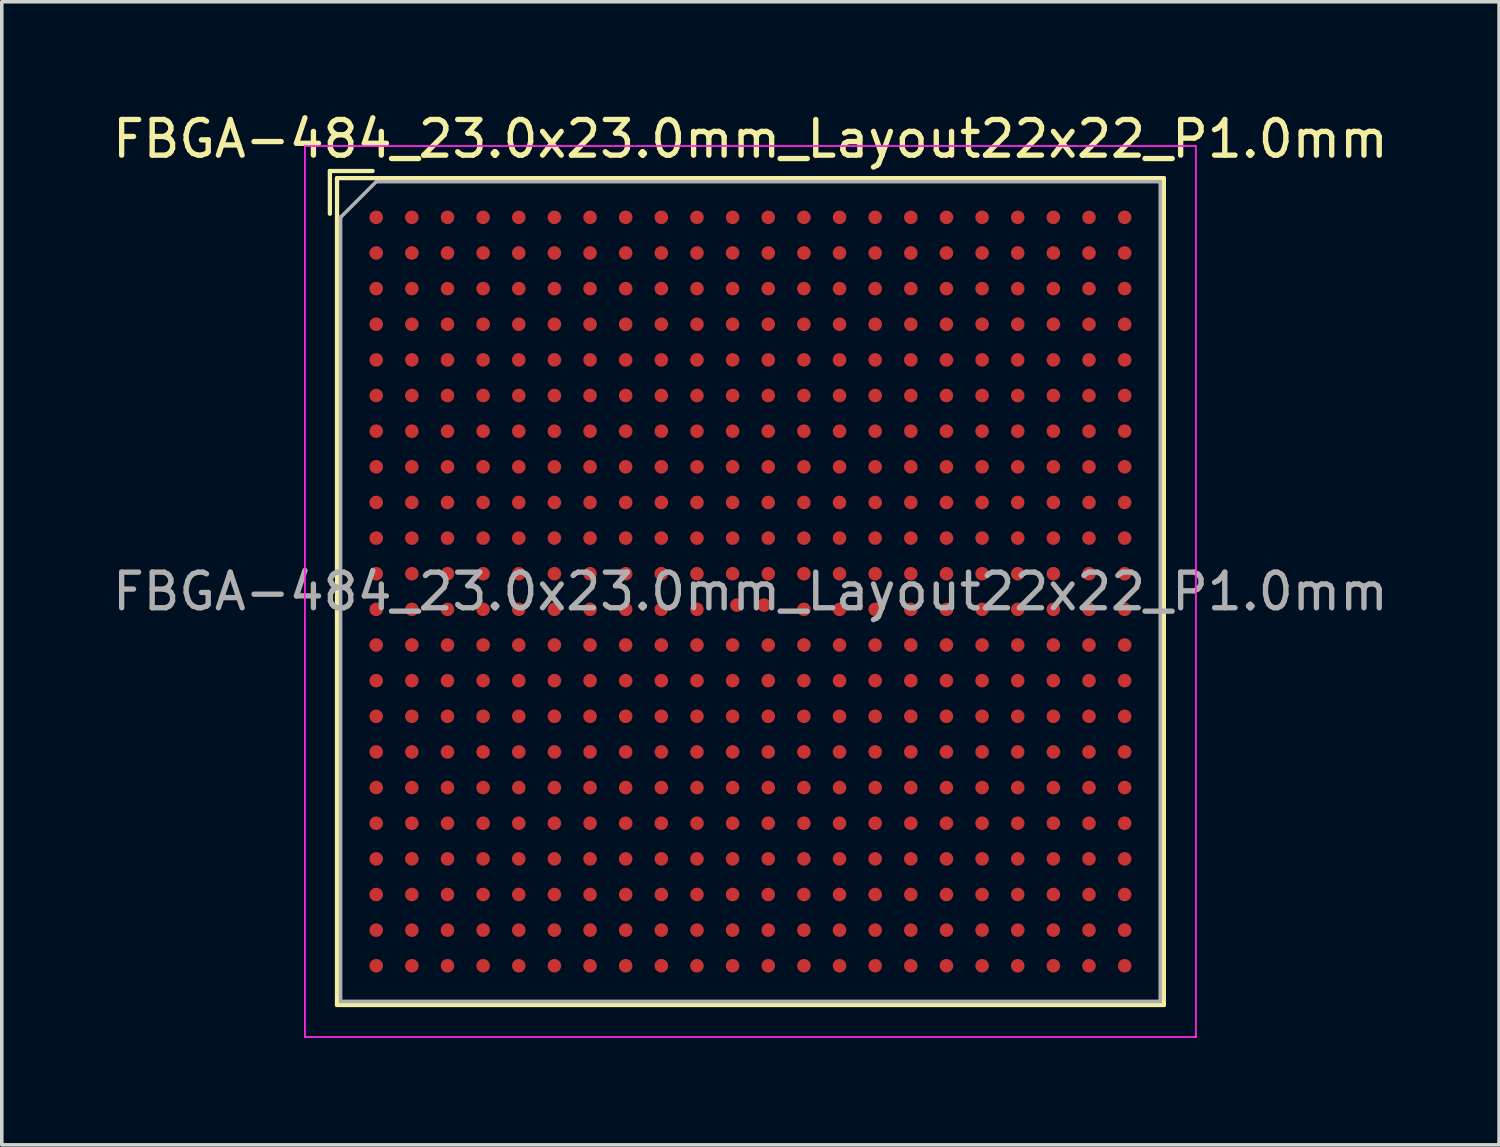
<source format=kicad_pcb>
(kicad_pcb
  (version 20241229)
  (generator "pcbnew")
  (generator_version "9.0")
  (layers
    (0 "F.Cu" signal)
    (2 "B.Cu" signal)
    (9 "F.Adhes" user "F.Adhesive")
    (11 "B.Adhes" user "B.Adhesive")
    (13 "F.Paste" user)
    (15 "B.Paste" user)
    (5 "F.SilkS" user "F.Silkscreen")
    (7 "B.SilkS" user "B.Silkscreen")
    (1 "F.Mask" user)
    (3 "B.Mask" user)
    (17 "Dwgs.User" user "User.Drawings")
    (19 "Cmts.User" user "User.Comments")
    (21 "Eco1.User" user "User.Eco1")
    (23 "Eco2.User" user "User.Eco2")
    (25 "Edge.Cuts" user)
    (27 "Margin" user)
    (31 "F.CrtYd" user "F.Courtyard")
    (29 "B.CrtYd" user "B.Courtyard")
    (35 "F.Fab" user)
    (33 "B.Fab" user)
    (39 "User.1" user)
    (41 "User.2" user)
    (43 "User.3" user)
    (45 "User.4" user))
  (footprint "FBGA-484_23.0x23.0mm_Layout22x22_P1.0mm"
    (layer "F.Cu")
    (at 18.006 13.548)
    (property "Reference" "FBGA-484_23.0x23.0mm_Layout22x22_P1.0mm" (at 0 -12.7 0) (layer "F.SilkS") (effects (font (size 1 1) (thickness 0.15))))
    (attr smd)
    (fp_line (start -11.8 -11.8) (end -11.8 -10.6) (stroke (width 0.12) (type solid)) (layer "F.SilkS"))
    (fp_line (start -11.6 -11.6) (end 11.6 -11.6) (stroke (width 0.12) (type solid)) (layer "F.SilkS"))
    (fp_line (start -11.6 11.6) (end -11.6 -11.6) (stroke (width 0.12) (type solid)) (layer "F.SilkS"))
    (fp_line (start -10.6 -11.8) (end -11.8 -11.8) (stroke (width 0.12) (type solid)) (layer "F.SilkS"))
    (fp_line (start 11.6 -11.6) (end 11.6 11.6) (stroke (width 0.12) (type solid)) (layer "F.SilkS"))
    (fp_line (start 11.6 11.6) (end -11.6 11.6) (stroke (width 0.12) (type solid)) (layer "F.SilkS"))
    (fp_line (start -12.5 -12.5) (end -12.5 12.5) (stroke (width 0.05) (type solid)) (layer "F.CrtYd"))
    (fp_line (start -12.5 -12.5) (end 12.5 -12.5) (stroke (width 0.05) (type solid)) (layer "F.CrtYd"))
    (fp_line (start 12.5 12.5) (end -12.5 12.5) (stroke (width 0.05) (type solid)) (layer "F.CrtYd"))
    (fp_line (start 12.5 12.5) (end 12.5 -12.5) (stroke (width 0.05) (type solid)) (layer "F.CrtYd"))
    (fp_line (start -11.5 -10.5) (end -11.5 -10.5) (stroke (width 0.12) (type solid)) (layer "F.Fab"))
    (fp_line (start -11.5 11.5) (end -11.5 -10.5) (stroke (width 0.1) (type solid)) (layer "F.Fab"))
    (fp_line (start -10.5 -11.5) (end -11.5 -10.5) (stroke (width 0.1) (type solid)) (layer "F.Fab"))
    (fp_line (start -10.5 -11.5) (end 11.5 -11.5) (stroke (width 0.1) (type solid)) (layer "F.Fab"))
    (fp_line (start 11.5 -11.5) (end 11.5 11.5) (stroke (width 0.1) (type solid)) (layer "F.Fab"))
    (fp_line (start 11.5 11.5) (end -11.5 11.5) (stroke (width 0.1) (type solid)) (layer "F.Fab"))
    (fp_text user "${REFERENCE}" (at 0 0 0) (layer "F.Fab") (effects (font (size 1 1) (thickness 0.15))))
    (pad "A1" smd circle (at -10.5 -10.5) (size 0.38 0.38) (layers "F.Cu" "F.Mask" "F.Paste"))
    (pad "A2" smd circle (at -9.5 -10.5) (size 0.38 0.38) (layers "F.Cu" "F.Mask" "F.Paste"))
    (pad "A3" smd circle (at -8.5 -10.5) (size 0.38 0.38) (layers "F.Cu" "F.Mask" "F.Paste"))
    (pad "A4" smd circle (at -7.5 -10.5) (size 0.38 0.38) (layers "F.Cu" "F.Mask" "F.Paste"))
    (pad "A5" smd circle (at -6.5 -10.5) (size 0.38 0.38) (layers "F.Cu" "F.Mask" "F.Paste"))
    (pad "A6" smd circle (at -5.5 -10.5) (size 0.38 0.38) (layers "F.Cu" "F.Mask" "F.Paste"))
    (pad "A7" smd circle (at -4.5 -10.5) (size 0.38 0.38) (layers "F.Cu" "F.Mask" "F.Paste"))
    (pad "A8" smd circle (at -3.5 -10.5) (size 0.38 0.38) (layers "F.Cu" "F.Mask" "F.Paste"))
    (pad "A9" smd circle (at -2.5 -10.5) (size 0.38 0.38) (layers "F.Cu" "F.Mask" "F.Paste"))
    (pad "A10" smd circle (at -1.5 -10.5) (size 0.38 0.38) (layers "F.Cu" "F.Mask" "F.Paste"))
    (pad "A11" smd circle (at -0.5 -10.5) (size 0.38 0.38) (layers "F.Cu" "F.Mask" "F.Paste"))
    (pad "A12" smd circle (at 0.5 -10.5) (size 0.38 0.38) (layers "F.Cu" "F.Mask" "F.Paste"))
    (pad "A13" smd circle (at 1.5 -10.5) (size 0.38 0.38) (layers "F.Cu" "F.Mask" "F.Paste"))
    (pad "A14" smd circle (at 2.5 -10.5) (size 0.38 0.38) (layers "F.Cu" "F.Mask" "F.Paste"))
    (pad "A15" smd circle (at 3.5 -10.5) (size 0.38 0.38) (layers "F.Cu" "F.Mask" "F.Paste"))
    (pad "A16" smd circle (at 4.5 -10.5) (size 0.38 0.38) (layers "F.Cu" "F.Mask" "F.Paste"))
    (pad "A17" smd circle (at 5.5 -10.5) (size 0.38 0.38) (layers "F.Cu" "F.Mask" "F.Paste"))
    (pad "A18" smd circle (at 6.5 -10.5) (size 0.38 0.38) (layers "F.Cu" "F.Mask" "F.Paste"))
    (pad "A19" smd circle (at 7.5 -10.5) (size 0.38 0.38) (layers "F.Cu" "F.Mask" "F.Paste"))
    (pad "A20" smd circle (at 8.5 -10.5) (size 0.38 0.38) (layers "F.Cu" "F.Mask" "F.Paste"))
    (pad "A21" smd circle (at 9.5 -10.5) (size 0.38 0.38) (layers "F.Cu" "F.Mask" "F.Paste"))
    (pad "A22" smd circle (at 10.5 -10.5) (size 0.38 0.38) (layers "F.Cu" "F.Mask" "F.Paste"))
    (pad "AA1" smd circle (at -10.5 9.5) (size 0.38 0.38) (layers "F.Cu" "F.Mask" "F.Paste"))
    (pad "AA2" smd circle (at -9.5 9.5) (size 0.38 0.38) (layers "F.Cu" "F.Mask" "F.Paste"))
    (pad "AA3" smd circle (at -8.5 9.5) (size 0.38 0.38) (layers "F.Cu" "F.Mask" "F.Paste"))
    (pad "AA4" smd circle (at -7.5 9.5) (size 0.38 0.38) (layers "F.Cu" "F.Mask" "F.Paste"))
    (pad "AA5" smd circle (at -6.5 9.5) (size 0.38 0.38) (layers "F.Cu" "F.Mask" "F.Paste"))
    (pad "AA6" smd circle (at -5.5 9.5) (size 0.38 0.38) (layers "F.Cu" "F.Mask" "F.Paste"))
    (pad "AA7" smd circle (at -4.5 9.5) (size 0.38 0.38) (layers "F.Cu" "F.Mask" "F.Paste"))
    (pad "AA8" smd circle (at -3.5 9.5) (size 0.38 0.38) (layers "F.Cu" "F.Mask" "F.Paste"))
    (pad "AA9" smd circle (at -2.5 9.5) (size 0.38 0.38) (layers "F.Cu" "F.Mask" "F.Paste"))
    (pad "AA10" smd circle (at -1.5 9.5) (size 0.38 0.38) (layers "F.Cu" "F.Mask" "F.Paste"))
    (pad "AA11" smd circle (at -0.5 9.5) (size 0.38 0.38) (layers "F.Cu" "F.Mask" "F.Paste"))
    (pad "AA12" smd circle (at 0.5 9.5) (size 0.38 0.38) (layers "F.Cu" "F.Mask" "F.Paste"))
    (pad "AA13" smd circle (at 1.5 9.5) (size 0.38 0.38) (layers "F.Cu" "F.Mask" "F.Paste"))
    (pad "AA14" smd circle (at 2.5 9.5) (size 0.38 0.38) (layers "F.Cu" "F.Mask" "F.Paste"))
    (pad "AA15" smd circle (at 3.5 9.5) (size 0.38 0.38) (layers "F.Cu" "F.Mask" "F.Paste"))
    (pad "AA16" smd circle (at 4.5 9.5) (size 0.38 0.38) (layers "F.Cu" "F.Mask" "F.Paste"))
    (pad "AA17" smd circle (at 5.5 9.5) (size 0.38 0.38) (layers "F.Cu" "F.Mask" "F.Paste"))
    (pad "AA18" smd circle (at 6.5 9.5) (size 0.38 0.38) (layers "F.Cu" "F.Mask" "F.Paste"))
    (pad "AA19" smd circle (at 7.5 9.5) (size 0.38 0.38) (layers "F.Cu" "F.Mask" "F.Paste"))
    (pad "AA20" smd circle (at 8.5 9.5) (size 0.38 0.38) (layers "F.Cu" "F.Mask" "F.Paste"))
    (pad "AA21" smd circle (at 9.5 9.5) (size 0.38 0.38) (layers "F.Cu" "F.Mask" "F.Paste"))
    (pad "AA22" smd circle (at 10.5 9.5) (size 0.38 0.38) (layers "F.Cu" "F.Mask" "F.Paste"))
    (pad "AB1" smd circle (at -10.5 10.5) (size 0.38 0.38) (layers "F.Cu" "F.Mask" "F.Paste"))
    (pad "AB2" smd circle (at -9.5 10.5) (size 0.38 0.38) (layers "F.Cu" "F.Mask" "F.Paste"))
    (pad "AB3" smd circle (at -8.5 10.5) (size 0.38 0.38) (layers "F.Cu" "F.Mask" "F.Paste"))
    (pad "AB4" smd circle (at -7.5 10.5) (size 0.38 0.38) (layers "F.Cu" "F.Mask" "F.Paste"))
    (pad "AB5" smd circle (at -6.5 10.5) (size 0.38 0.38) (layers "F.Cu" "F.Mask" "F.Paste"))
    (pad "AB6" smd circle (at -5.5 10.5) (size 0.38 0.38) (layers "F.Cu" "F.Mask" "F.Paste"))
    (pad "AB7" smd circle (at -4.5 10.5) (size 0.38 0.38) (layers "F.Cu" "F.Mask" "F.Paste"))
    (pad "AB8" smd circle (at -3.5 10.5) (size 0.38 0.38) (layers "F.Cu" "F.Mask" "F.Paste"))
    (pad "AB9" smd circle (at -2.5 10.5) (size 0.38 0.38) (layers "F.Cu" "F.Mask" "F.Paste"))
    (pad "AB10" smd circle (at -1.5 10.5) (size 0.38 0.38) (layers "F.Cu" "F.Mask" "F.Paste"))
    (pad "AB11" smd circle (at -0.5 10.5) (size 0.38 0.38) (layers "F.Cu" "F.Mask" "F.Paste"))
    (pad "AB12" smd circle (at 0.5 10.5) (size 0.38 0.38) (layers "F.Cu" "F.Mask" "F.Paste"))
    (pad "AB13" smd circle (at 1.5 10.5) (size 0.38 0.38) (layers "F.Cu" "F.Mask" "F.Paste"))
    (pad "AB14" smd circle (at 2.5 10.5) (size 0.38 0.38) (layers "F.Cu" "F.Mask" "F.Paste"))
    (pad "AB15" smd circle (at 3.5 10.5) (size 0.38 0.38) (layers "F.Cu" "F.Mask" "F.Paste"))
    (pad "AB16" smd circle (at 4.5 10.5) (size 0.38 0.38) (layers "F.Cu" "F.Mask" "F.Paste"))
    (pad "AB17" smd circle (at 5.5 10.5) (size 0.38 0.38) (layers "F.Cu" "F.Mask" "F.Paste"))
    (pad "AB18" smd circle (at 6.5 10.5) (size 0.38 0.38) (layers "F.Cu" "F.Mask" "F.Paste"))
    (pad "AB19" smd circle (at 7.5 10.5) (size 0.38 0.38) (layers "F.Cu" "F.Mask" "F.Paste"))
    (pad "AB20" smd circle (at 8.5 10.5) (size 0.38 0.38) (layers "F.Cu" "F.Mask" "F.Paste"))
    (pad "AB21" smd circle (at 9.5 10.5) (size 0.38 0.38) (layers "F.Cu" "F.Mask" "F.Paste"))
    (pad "AB22" smd circle (at 10.5 10.5) (size 0.38 0.38) (layers "F.Cu" "F.Mask" "F.Paste"))
    (pad "B1" smd circle (at -10.5 -9.5) (size 0.38 0.38) (layers "F.Cu" "F.Mask" "F.Paste"))
    (pad "B2" smd circle (at -9.5 -9.5) (size 0.38 0.38) (layers "F.Cu" "F.Mask" "F.Paste"))
    (pad "B3" smd circle (at -8.5 -9.5) (size 0.38 0.38) (layers "F.Cu" "F.Mask" "F.Paste"))
    (pad "B4" smd circle (at -7.5 -9.5) (size 0.38 0.38) (layers "F.Cu" "F.Mask" "F.Paste"))
    (pad "B5" smd circle (at -6.5 -9.5) (size 0.38 0.38) (layers "F.Cu" "F.Mask" "F.Paste"))
    (pad "B6" smd circle (at -5.5 -9.5) (size 0.38 0.38) (layers "F.Cu" "F.Mask" "F.Paste"))
    (pad "B7" smd circle (at -4.5 -9.5) (size 0.38 0.38) (layers "F.Cu" "F.Mask" "F.Paste"))
    (pad "B8" smd circle (at -3.5 -9.5) (size 0.38 0.38) (layers "F.Cu" "F.Mask" "F.Paste"))
    (pad "B9" smd circle (at -2.5 -9.5) (size 0.38 0.38) (layers "F.Cu" "F.Mask" "F.Paste"))
    (pad "B10" smd circle (at -1.5 -9.5) (size 0.38 0.38) (layers "F.Cu" "F.Mask" "F.Paste"))
    (pad "B11" smd circle (at -0.5 -9.5) (size 0.38 0.38) (layers "F.Cu" "F.Mask" "F.Paste"))
    (pad "B12" smd circle (at 0.5 -9.5) (size 0.38 0.38) (layers "F.Cu" "F.Mask" "F.Paste"))
    (pad "B13" smd circle (at 1.5 -9.5) (size 0.38 0.38) (layers "F.Cu" "F.Mask" "F.Paste"))
    (pad "B14" smd circle (at 2.5 -9.5) (size 0.38 0.38) (layers "F.Cu" "F.Mask" "F.Paste"))
    (pad "B15" smd circle (at 3.5 -9.5) (size 0.38 0.38) (layers "F.Cu" "F.Mask" "F.Paste"))
    (pad "B16" smd circle (at 4.5 -9.5) (size 0.38 0.38) (layers "F.Cu" "F.Mask" "F.Paste"))
    (pad "B17" smd circle (at 5.5 -9.5) (size 0.38 0.38) (layers "F.Cu" "F.Mask" "F.Paste"))
    (pad "B18" smd circle (at 6.5 -9.5) (size 0.38 0.38) (layers "F.Cu" "F.Mask" "F.Paste"))
    (pad "B19" smd circle (at 7.5 -9.5) (size 0.38 0.38) (layers "F.Cu" "F.Mask" "F.Paste"))
    (pad "B20" smd circle (at 8.5 -9.5) (size 0.38 0.38) (layers "F.Cu" "F.Mask" "F.Paste"))
    (pad "B21" smd circle (at 9.5 -9.5) (size 0.38 0.38) (layers "F.Cu" "F.Mask" "F.Paste"))
    (pad "B22" smd circle (at 10.5 -9.5) (size 0.38 0.38) (layers "F.Cu" "F.Mask" "F.Paste"))
    (pad "C1" smd circle (at -10.5 -8.5) (size 0.38 0.38) (layers "F.Cu" "F.Mask" "F.Paste"))
    (pad "C2" smd circle (at -9.5 -8.5) (size 0.38 0.38) (layers "F.Cu" "F.Mask" "F.Paste"))
    (pad "C3" smd circle (at -8.5 -8.5) (size 0.38 0.38) (layers "F.Cu" "F.Mask" "F.Paste"))
    (pad "C4" smd circle (at -7.5 -8.5) (size 0.38 0.38) (layers "F.Cu" "F.Mask" "F.Paste"))
    (pad "C5" smd circle (at -6.5 -8.5) (size 0.38 0.38) (layers "F.Cu" "F.Mask" "F.Paste"))
    (pad "C6" smd circle (at -5.5 -8.5) (size 0.38 0.38) (layers "F.Cu" "F.Mask" "F.Paste"))
    (pad "C7" smd circle (at -4.5 -8.5) (size 0.38 0.38) (layers "F.Cu" "F.Mask" "F.Paste"))
    (pad "C8" smd circle (at -3.5 -8.5) (size 0.38 0.38) (layers "F.Cu" "F.Mask" "F.Paste"))
    (pad "C9" smd circle (at -2.5 -8.5) (size 0.38 0.38) (layers "F.Cu" "F.Mask" "F.Paste"))
    (pad "C10" smd circle (at -1.5 -8.5) (size 0.38 0.38) (layers "F.Cu" "F.Mask" "F.Paste"))
    (pad "C11" smd circle (at -0.5 -8.5) (size 0.38 0.38) (layers "F.Cu" "F.Mask" "F.Paste"))
    (pad "C12" smd circle (at 0.5 -8.5) (size 0.38 0.38) (layers "F.Cu" "F.Mask" "F.Paste"))
    (pad "C13" smd circle (at 1.5 -8.5) (size 0.38 0.38) (layers "F.Cu" "F.Mask" "F.Paste"))
    (pad "C14" smd circle (at 2.5 -8.5) (size 0.38 0.38) (layers "F.Cu" "F.Mask" "F.Paste"))
    (pad "C15" smd circle (at 3.5 -8.5) (size 0.38 0.38) (layers "F.Cu" "F.Mask" "F.Paste"))
    (pad "C16" smd circle (at 4.5 -8.5) (size 0.38 0.38) (layers "F.Cu" "F.Mask" "F.Paste"))
    (pad "C17" smd circle (at 5.5 -8.5) (size 0.38 0.38) (layers "F.Cu" "F.Mask" "F.Paste"))
    (pad "C18" smd circle (at 6.5 -8.5) (size 0.38 0.38) (layers "F.Cu" "F.Mask" "F.Paste"))
    (pad "C19" smd circle (at 7.5 -8.5) (size 0.38 0.38) (layers "F.Cu" "F.Mask" "F.Paste"))
    (pad "C20" smd circle (at 8.5 -8.5) (size 0.38 0.38) (layers "F.Cu" "F.Mask" "F.Paste"))
    (pad "C21" smd circle (at 9.5 -8.5) (size 0.38 0.38) (layers "F.Cu" "F.Mask" "F.Paste"))
    (pad "C22" smd circle (at 10.5 -8.5) (size 0.38 0.38) (layers "F.Cu" "F.Mask" "F.Paste"))
    (pad "D1" smd circle (at -10.5 -7.5) (size 0.38 0.38) (layers "F.Cu" "F.Mask" "F.Paste"))
    (pad "D2" smd circle (at -9.5 -7.5) (size 0.38 0.38) (layers "F.Cu" "F.Mask" "F.Paste"))
    (pad "D3" smd circle (at -8.5 -7.5) (size 0.38 0.38) (layers "F.Cu" "F.Mask" "F.Paste"))
    (pad "D4" smd circle (at -7.5 -7.5) (size 0.38 0.38) (layers "F.Cu" "F.Mask" "F.Paste"))
    (pad "D5" smd circle (at -6.5 -7.5) (size 0.38 0.38) (layers "F.Cu" "F.Mask" "F.Paste"))
    (pad "D6" smd circle (at -5.5 -7.5) (size 0.38 0.38) (layers "F.Cu" "F.Mask" "F.Paste"))
    (pad "D7" smd circle (at -4.5 -7.5) (size 0.38 0.38) (layers "F.Cu" "F.Mask" "F.Paste"))
    (pad "D8" smd circle (at -3.5 -7.5) (size 0.38 0.38) (layers "F.Cu" "F.Mask" "F.Paste"))
    (pad "D9" smd circle (at -2.5 -7.5) (size 0.38 0.38) (layers "F.Cu" "F.Mask" "F.Paste"))
    (pad "D10" smd circle (at -1.5 -7.5) (size 0.38 0.38) (layers "F.Cu" "F.Mask" "F.Paste"))
    (pad "D11" smd circle (at -0.5 -7.5) (size 0.38 0.38) (layers "F.Cu" "F.Mask" "F.Paste"))
    (pad "D12" smd circle (at 0.5 -7.5) (size 0.38 0.38) (layers "F.Cu" "F.Mask" "F.Paste"))
    (pad "D13" smd circle (at 1.5 -7.5) (size 0.38 0.38) (layers "F.Cu" "F.Mask" "F.Paste"))
    (pad "D14" smd circle (at 2.5 -7.5) (size 0.38 0.38) (layers "F.Cu" "F.Mask" "F.Paste"))
    (pad "D15" smd circle (at 3.5 -7.5) (size 0.38 0.38) (layers "F.Cu" "F.Mask" "F.Paste"))
    (pad "D16" smd circle (at 4.5 -7.5) (size 0.38 0.38) (layers "F.Cu" "F.Mask" "F.Paste"))
    (pad "D17" smd circle (at 5.5 -7.5) (size 0.38 0.38) (layers "F.Cu" "F.Mask" "F.Paste"))
    (pad "D18" smd circle (at 6.5 -7.5) (size 0.38 0.38) (layers "F.Cu" "F.Mask" "F.Paste"))
    (pad "D19" smd circle (at 7.5 -7.5) (size 0.38 0.38) (layers "F.Cu" "F.Mask" "F.Paste"))
    (pad "D20" smd circle (at 8.5 -7.5) (size 0.38 0.38) (layers "F.Cu" "F.Mask" "F.Paste"))
    (pad "D21" smd circle (at 9.5 -7.5) (size 0.38 0.38) (layers "F.Cu" "F.Mask" "F.Paste"))
    (pad "D22" smd circle (at 10.5 -7.5) (size 0.38 0.38) (layers "F.Cu" "F.Mask" "F.Paste"))
    (pad "E1" smd circle (at -10.5 -6.5) (size 0.38 0.38) (layers "F.Cu" "F.Mask" "F.Paste"))
    (pad "E2" smd circle (at -9.5 -6.5) (size 0.38 0.38) (layers "F.Cu" "F.Mask" "F.Paste"))
    (pad "E3" smd circle (at -8.5 -6.5) (size 0.38 0.38) (layers "F.Cu" "F.Mask" "F.Paste"))
    (pad "E4" smd circle (at -7.5 -6.5) (size 0.38 0.38) (layers "F.Cu" "F.Mask" "F.Paste"))
    (pad "E5" smd circle (at -6.5 -6.5) (size 0.38 0.38) (layers "F.Cu" "F.Mask" "F.Paste"))
    (pad "E6" smd circle (at -5.5 -6.5) (size 0.38 0.38) (layers "F.Cu" "F.Mask" "F.Paste"))
    (pad "E7" smd circle (at -4.5 -6.5) (size 0.38 0.38) (layers "F.Cu" "F.Mask" "F.Paste"))
    (pad "E8" smd circle (at -3.5 -6.5) (size 0.38 0.38) (layers "F.Cu" "F.Mask" "F.Paste"))
    (pad "E9" smd circle (at -2.5 -6.5) (size 0.38 0.38) (layers "F.Cu" "F.Mask" "F.Paste"))
    (pad "E10" smd circle (at -1.5 -6.5) (size 0.38 0.38) (layers "F.Cu" "F.Mask" "F.Paste"))
    (pad "E11" smd circle (at -0.5 -6.5) (size 0.38 0.38) (layers "F.Cu" "F.Mask" "F.Paste"))
    (pad "E12" smd circle (at 0.5 -6.5) (size 0.38 0.38) (layers "F.Cu" "F.Mask" "F.Paste"))
    (pad "E13" smd circle (at 1.5 -6.5) (size 0.38 0.38) (layers "F.Cu" "F.Mask" "F.Paste"))
    (pad "E14" smd circle (at 2.5 -6.5) (size 0.38 0.38) (layers "F.Cu" "F.Mask" "F.Paste"))
    (pad "E15" smd circle (at 3.5 -6.5) (size 0.38 0.38) (layers "F.Cu" "F.Mask" "F.Paste"))
    (pad "E16" smd circle (at 4.5 -6.5) (size 0.38 0.38) (layers "F.Cu" "F.Mask" "F.Paste"))
    (pad "E17" smd circle (at 5.5 -6.5) (size 0.38 0.38) (layers "F.Cu" "F.Mask" "F.Paste"))
    (pad "E18" smd circle (at 6.5 -6.5) (size 0.38 0.38) (layers "F.Cu" "F.Mask" "F.Paste"))
    (pad "E19" smd circle (at 7.5 -6.5) (size 0.38 0.38) (layers "F.Cu" "F.Mask" "F.Paste"))
    (pad "E20" smd circle (at 8.5 -6.5) (size 0.38 0.38) (layers "F.Cu" "F.Mask" "F.Paste"))
    (pad "E21" smd circle (at 9.5 -6.5) (size 0.38 0.38) (layers "F.Cu" "F.Mask" "F.Paste"))
    (pad "E22" smd circle (at 10.5 -6.5) (size 0.38 0.38) (layers "F.Cu" "F.Mask" "F.Paste"))
    (pad "F1" smd circle (at -10.5 -5.5) (size 0.38 0.38) (layers "F.Cu" "F.Mask" "F.Paste"))
    (pad "F2" smd circle (at -9.5 -5.5) (size 0.38 0.38) (layers "F.Cu" "F.Mask" "F.Paste"))
    (pad "F3" smd circle (at -8.5 -5.5) (size 0.38 0.38) (layers "F.Cu" "F.Mask" "F.Paste"))
    (pad "F4" smd circle (at -7.5 -5.5) (size 0.38 0.38) (layers "F.Cu" "F.Mask" "F.Paste"))
    (pad "F5" smd circle (at -6.5 -5.5) (size 0.38 0.38) (layers "F.Cu" "F.Mask" "F.Paste"))
    (pad "F6" smd circle (at -5.5 -5.5) (size 0.38 0.38) (layers "F.Cu" "F.Mask" "F.Paste"))
    (pad "F7" smd circle (at -4.5 -5.5) (size 0.38 0.38) (layers "F.Cu" "F.Mask" "F.Paste"))
    (pad "F8" smd circle (at -3.5 -5.5) (size 0.38 0.38) (layers "F.Cu" "F.Mask" "F.Paste"))
    (pad "F9" smd circle (at -2.5 -5.5) (size 0.38 0.38) (layers "F.Cu" "F.Mask" "F.Paste"))
    (pad "F10" smd circle (at -1.5 -5.5) (size 0.38 0.38) (layers "F.Cu" "F.Mask" "F.Paste"))
    (pad "F11" smd circle (at -0.5 -5.5) (size 0.38 0.38) (layers "F.Cu" "F.Mask" "F.Paste"))
    (pad "F12" smd circle (at 0.5 -5.5) (size 0.38 0.38) (layers "F.Cu" "F.Mask" "F.Paste"))
    (pad "F13" smd circle (at 1.5 -5.5) (size 0.38 0.38) (layers "F.Cu" "F.Mask" "F.Paste"))
    (pad "F14" smd circle (at 2.5 -5.5) (size 0.38 0.38) (layers "F.Cu" "F.Mask" "F.Paste"))
    (pad "F15" smd circle (at 3.5 -5.5) (size 0.38 0.38) (layers "F.Cu" "F.Mask" "F.Paste"))
    (pad "F16" smd circle (at 4.5 -5.5) (size 0.38 0.38) (layers "F.Cu" "F.Mask" "F.Paste"))
    (pad "F17" smd circle (at 5.5 -5.5) (size 0.38 0.38) (layers "F.Cu" "F.Mask" "F.Paste"))
    (pad "F18" smd circle (at 6.5 -5.5) (size 0.38 0.38) (layers "F.Cu" "F.Mask" "F.Paste"))
    (pad "F19" smd circle (at 7.5 -5.5) (size 0.38 0.38) (layers "F.Cu" "F.Mask" "F.Paste"))
    (pad "F20" smd circle (at 8.5 -5.5) (size 0.38 0.38) (layers "F.Cu" "F.Mask" "F.Paste"))
    (pad "F21" smd circle (at 9.5 -5.5) (size 0.38 0.38) (layers "F.Cu" "F.Mask" "F.Paste"))
    (pad "F22" smd circle (at 10.5 -5.5) (size 0.38 0.38) (layers "F.Cu" "F.Mask" "F.Paste"))
    (pad "G1" smd circle (at -10.5 -4.5) (size 0.38 0.38) (layers "F.Cu" "F.Mask" "F.Paste"))
    (pad "G2" smd circle (at -9.5 -4.5) (size 0.38 0.38) (layers "F.Cu" "F.Mask" "F.Paste"))
    (pad "G3" smd circle (at -8.5 -4.5) (size 0.38 0.38) (layers "F.Cu" "F.Mask" "F.Paste"))
    (pad "G4" smd circle (at -7.5 -4.5) (size 0.38 0.38) (layers "F.Cu" "F.Mask" "F.Paste"))
    (pad "G5" smd circle (at -6.5 -4.5) (size 0.38 0.38) (layers "F.Cu" "F.Mask" "F.Paste"))
    (pad "G6" smd circle (at -5.5 -4.5) (size 0.38 0.38) (layers "F.Cu" "F.Mask" "F.Paste"))
    (pad "G7" smd circle (at -4.5 -4.5) (size 0.38 0.38) (layers "F.Cu" "F.Mask" "F.Paste"))
    (pad "G8" smd circle (at -3.5 -4.5) (size 0.38 0.38) (layers "F.Cu" "F.Mask" "F.Paste"))
    (pad "G9" smd circle (at -2.5 -4.5) (size 0.38 0.38) (layers "F.Cu" "F.Mask" "F.Paste"))
    (pad "G10" smd circle (at -1.5 -4.5) (size 0.38 0.38) (layers "F.Cu" "F.Mask" "F.Paste"))
    (pad "G11" smd circle (at -0.5 -4.5) (size 0.38 0.38) (layers "F.Cu" "F.Mask" "F.Paste"))
    (pad "G12" smd circle (at 0.5 -4.5) (size 0.38 0.38) (layers "F.Cu" "F.Mask" "F.Paste"))
    (pad "G13" smd circle (at 1.5 -4.5) (size 0.38 0.38) (layers "F.Cu" "F.Mask" "F.Paste"))
    (pad "G14" smd circle (at 2.5 -4.5) (size 0.38 0.38) (layers "F.Cu" "F.Mask" "F.Paste"))
    (pad "G15" smd circle (at 3.5 -4.5) (size 0.38 0.38) (layers "F.Cu" "F.Mask" "F.Paste"))
    (pad "G16" smd circle (at 4.5 -4.5) (size 0.38 0.38) (layers "F.Cu" "F.Mask" "F.Paste"))
    (pad "G17" smd circle (at 5.5 -4.5) (size 0.38 0.38) (layers "F.Cu" "F.Mask" "F.Paste"))
    (pad "G18" smd circle (at 6.5 -4.5) (size 0.38 0.38) (layers "F.Cu" "F.Mask" "F.Paste"))
    (pad "G19" smd circle (at 7.5 -4.5) (size 0.38 0.38) (layers "F.Cu" "F.Mask" "F.Paste"))
    (pad "G20" smd circle (at 8.5 -4.5) (size 0.38 0.38) (layers "F.Cu" "F.Mask" "F.Paste"))
    (pad "G21" smd circle (at 9.5 -4.5) (size 0.38 0.38) (layers "F.Cu" "F.Mask" "F.Paste"))
    (pad "G22" smd circle (at 10.5 -4.5) (size 0.38 0.38) (layers "F.Cu" "F.Mask" "F.Paste"))
    (pad "H1" smd circle (at -10.5 -3.5) (size 0.38 0.38) (layers "F.Cu" "F.Mask" "F.Paste"))
    (pad "H2" smd circle (at -9.5 -3.5) (size 0.38 0.38) (layers "F.Cu" "F.Mask" "F.Paste"))
    (pad "H3" smd circle (at -8.5 -3.5) (size 0.38 0.38) (layers "F.Cu" "F.Mask" "F.Paste"))
    (pad "H4" smd circle (at -7.5 -3.5) (size 0.38 0.38) (layers "F.Cu" "F.Mask" "F.Paste"))
    (pad "H5" smd circle (at -6.5 -3.5) (size 0.38 0.38) (layers "F.Cu" "F.Mask" "F.Paste"))
    (pad "H6" smd circle (at -5.5 -3.5) (size 0.38 0.38) (layers "F.Cu" "F.Mask" "F.Paste"))
    (pad "H7" smd circle (at -4.5 -3.5) (size 0.38 0.38) (layers "F.Cu" "F.Mask" "F.Paste"))
    (pad "H8" smd circle (at -3.5 -3.5) (size 0.38 0.38) (layers "F.Cu" "F.Mask" "F.Paste"))
    (pad "H9" smd circle (at -2.5 -3.5) (size 0.38 0.38) (layers "F.Cu" "F.Mask" "F.Paste"))
    (pad "H10" smd circle (at -1.5 -3.5) (size 0.38 0.38) (layers "F.Cu" "F.Mask" "F.Paste"))
    (pad "H11" smd circle (at -0.5 -3.5) (size 0.38 0.38) (layers "F.Cu" "F.Mask" "F.Paste"))
    (pad "H12" smd circle (at 0.5 -3.5) (size 0.38 0.38) (layers "F.Cu" "F.Mask" "F.Paste"))
    (pad "H13" smd circle (at 1.5 -3.5) (size 0.38 0.38) (layers "F.Cu" "F.Mask" "F.Paste"))
    (pad "H14" smd circle (at 2.5 -3.5) (size 0.38 0.38) (layers "F.Cu" "F.Mask" "F.Paste"))
    (pad "H15" smd circle (at 3.5 -3.5) (size 0.38 0.38) (layers "F.Cu" "F.Mask" "F.Paste"))
    (pad "H16" smd circle (at 4.5 -3.5) (size 0.38 0.38) (layers "F.Cu" "F.Mask" "F.Paste"))
    (pad "H17" smd circle (at 5.5 -3.5) (size 0.38 0.38) (layers "F.Cu" "F.Mask" "F.Paste"))
    (pad "H18" smd circle (at 6.5 -3.5) (size 0.38 0.38) (layers "F.Cu" "F.Mask" "F.Paste"))
    (pad "H19" smd circle (at 7.5 -3.5) (size 0.38 0.38) (layers "F.Cu" "F.Mask" "F.Paste"))
    (pad "H20" smd circle (at 8.5 -3.5) (size 0.38 0.38) (layers "F.Cu" "F.Mask" "F.Paste"))
    (pad "H21" smd circle (at 9.5 -3.5) (size 0.38 0.38) (layers "F.Cu" "F.Mask" "F.Paste"))
    (pad "H22" smd circle (at 10.5 -3.5) (size 0.38 0.38) (layers "F.Cu" "F.Mask" "F.Paste"))
    (pad "J1" smd circle (at -10.5 -2.5) (size 0.38 0.38) (layers "F.Cu" "F.Mask" "F.Paste"))
    (pad "J2" smd circle (at -9.5 -2.5) (size 0.38 0.38) (layers "F.Cu" "F.Mask" "F.Paste"))
    (pad "J3" smd circle (at -8.5 -2.5) (size 0.38 0.38) (layers "F.Cu" "F.Mask" "F.Paste"))
    (pad "J4" smd circle (at -7.5 -2.5) (size 0.38 0.38) (layers "F.Cu" "F.Mask" "F.Paste"))
    (pad "J5" smd circle (at -6.5 -2.5) (size 0.38 0.38) (layers "F.Cu" "F.Mask" "F.Paste"))
    (pad "J6" smd circle (at -5.5 -2.5) (size 0.38 0.38) (layers "F.Cu" "F.Mask" "F.Paste"))
    (pad "J7" smd circle (at -4.5 -2.5) (size 0.38 0.38) (layers "F.Cu" "F.Mask" "F.Paste"))
    (pad "J8" smd circle (at -3.5 -2.5) (size 0.38 0.38) (layers "F.Cu" "F.Mask" "F.Paste"))
    (pad "J9" smd circle (at -2.5 -2.5) (size 0.38 0.38) (layers "F.Cu" "F.Mask" "F.Paste"))
    (pad "J10" smd circle (at -1.5 -2.5) (size 0.38 0.38) (layers "F.Cu" "F.Mask" "F.Paste"))
    (pad "J11" smd circle (at -0.5 -2.5) (size 0.38 0.38) (layers "F.Cu" "F.Mask" "F.Paste"))
    (pad "J12" smd circle (at 0.5 -2.5) (size 0.38 0.38) (layers "F.Cu" "F.Mask" "F.Paste"))
    (pad "J13" smd circle (at 1.5 -2.5) (size 0.38 0.38) (layers "F.Cu" "F.Mask" "F.Paste"))
    (pad "J14" smd circle (at 2.5 -2.5) (size 0.38 0.38) (layers "F.Cu" "F.Mask" "F.Paste"))
    (pad "J15" smd circle (at 3.5 -2.5) (size 0.38 0.38) (layers "F.Cu" "F.Mask" "F.Paste"))
    (pad "J16" smd circle (at 4.5 -2.5) (size 0.38 0.38) (layers "F.Cu" "F.Mask" "F.Paste"))
    (pad "J17" smd circle (at 5.5 -2.5) (size 0.38 0.38) (layers "F.Cu" "F.Mask" "F.Paste"))
    (pad "J18" smd circle (at 6.5 -2.5) (size 0.38 0.38) (layers "F.Cu" "F.Mask" "F.Paste"))
    (pad "J19" smd circle (at 7.5 -2.5) (size 0.38 0.38) (layers "F.Cu" "F.Mask" "F.Paste"))
    (pad "J20" smd circle (at 8.5 -2.5) (size 0.38 0.38) (layers "F.Cu" "F.Mask" "F.Paste"))
    (pad "J21" smd circle (at 9.5 -2.5) (size 0.38 0.38) (layers "F.Cu" "F.Mask" "F.Paste"))
    (pad "J22" smd circle (at 10.5 -2.5) (size 0.38 0.38) (layers "F.Cu" "F.Mask" "F.Paste"))
    (pad "K1" smd circle (at -10.5 -1.5) (size 0.38 0.38) (layers "F.Cu" "F.Mask" "F.Paste"))
    (pad "K2" smd circle (at -9.5 -1.5) (size 0.38 0.38) (layers "F.Cu" "F.Mask" "F.Paste"))
    (pad "K3" smd circle (at -8.5 -1.5) (size 0.38 0.38) (layers "F.Cu" "F.Mask" "F.Paste"))
    (pad "K4" smd circle (at -7.5 -1.5) (size 0.38 0.38) (layers "F.Cu" "F.Mask" "F.Paste"))
    (pad "K5" smd circle (at -6.5 -1.5) (size 0.38 0.38) (layers "F.Cu" "F.Mask" "F.Paste"))
    (pad "K6" smd circle (at -5.5 -1.5) (size 0.38 0.38) (layers "F.Cu" "F.Mask" "F.Paste"))
    (pad "K7" smd circle (at -4.5 -1.5) (size 0.38 0.38) (layers "F.Cu" "F.Mask" "F.Paste"))
    (pad "K8" smd circle (at -3.5 -1.5) (size 0.38 0.38) (layers "F.Cu" "F.Mask" "F.Paste"))
    (pad "K9" smd circle (at -2.5 -1.5) (size 0.38 0.38) (layers "F.Cu" "F.Mask" "F.Paste"))
    (pad "K10" smd circle (at -1.5 -1.5) (size 0.38 0.38) (layers "F.Cu" "F.Mask" "F.Paste"))
    (pad "K11" smd circle (at -0.5 -1.5) (size 0.38 0.38) (layers "F.Cu" "F.Mask" "F.Paste"))
    (pad "K12" smd circle (at 0.5 -1.5) (size 0.38 0.38) (layers "F.Cu" "F.Mask" "F.Paste"))
    (pad "K13" smd circle (at 1.5 -1.5) (size 0.38 0.38) (layers "F.Cu" "F.Mask" "F.Paste"))
    (pad "K14" smd circle (at 2.5 -1.5) (size 0.38 0.38) (layers "F.Cu" "F.Mask" "F.Paste"))
    (pad "K15" smd circle (at 3.5 -1.5) (size 0.38 0.38) (layers "F.Cu" "F.Mask" "F.Paste"))
    (pad "K16" smd circle (at 4.5 -1.5) (size 0.38 0.38) (layers "F.Cu" "F.Mask" "F.Paste"))
    (pad "K17" smd circle (at 5.5 -1.5) (size 0.38 0.38) (layers "F.Cu" "F.Mask" "F.Paste"))
    (pad "K18" smd circle (at 6.5 -1.5) (size 0.38 0.38) (layers "F.Cu" "F.Mask" "F.Paste"))
    (pad "K19" smd circle (at 7.5 -1.5) (size 0.38 0.38) (layers "F.Cu" "F.Mask" "F.Paste"))
    (pad "K20" smd circle (at 8.5 -1.5) (size 0.38 0.38) (layers "F.Cu" "F.Mask" "F.Paste"))
    (pad "K21" smd circle (at 9.5 -1.5) (size 0.38 0.38) (layers "F.Cu" "F.Mask" "F.Paste"))
    (pad "K22" smd circle (at 10.5 -1.5) (size 0.38 0.38) (layers "F.Cu" "F.Mask" "F.Paste"))
    (pad "L1" smd circle (at -10.5 -0.5) (size 0.38 0.38) (layers "F.Cu" "F.Mask" "F.Paste"))
    (pad "L2" smd circle (at -9.5 -0.5) (size 0.38 0.38) (layers "F.Cu" "F.Mask" "F.Paste"))
    (pad "L3" smd circle (at -8.5 -0.5) (size 0.38 0.38) (layers "F.Cu" "F.Mask" "F.Paste"))
    (pad "L4" smd circle (at -7.5 -0.5) (size 0.38 0.38) (layers "F.Cu" "F.Mask" "F.Paste"))
    (pad "L5" smd circle (at -6.5 -0.5) (size 0.38 0.38) (layers "F.Cu" "F.Mask" "F.Paste"))
    (pad "L6" smd circle (at -5.5 -0.5) (size 0.38 0.38) (layers "F.Cu" "F.Mask" "F.Paste"))
    (pad "L7" smd circle (at -4.5 -0.5) (size 0.38 0.38) (layers "F.Cu" "F.Mask" "F.Paste"))
    (pad "L8" smd circle (at -3.5 -0.5) (size 0.38 0.38) (layers "F.Cu" "F.Mask" "F.Paste"))
    (pad "L9" smd circle (at -2.5 -0.5) (size 0.38 0.38) (layers "F.Cu" "F.Mask" "F.Paste"))
    (pad "L10" smd circle (at -1.5 -0.5) (size 0.38 0.38) (layers "F.Cu" "F.Mask" "F.Paste"))
    (pad "L11" smd circle (at -0.5 -0.5) (size 0.38 0.38) (layers "F.Cu" "F.Mask" "F.Paste"))
    (pad "L12" smd circle (at 0.5 -0.5) (size 0.38 0.38) (layers "F.Cu" "F.Mask" "F.Paste"))
    (pad "L13" smd circle (at 1.5 -0.5) (size 0.38 0.38) (layers "F.Cu" "F.Mask" "F.Paste"))
    (pad "L14" smd circle (at 2.5 -0.5) (size 0.38 0.38) (layers "F.Cu" "F.Mask" "F.Paste"))
    (pad "L15" smd circle (at 3.5 -0.5) (size 0.38 0.38) (layers "F.Cu" "F.Mask" "F.Paste"))
    (pad "L16" smd circle (at 4.5 -0.5) (size 0.38 0.38) (layers "F.Cu" "F.Mask" "F.Paste"))
    (pad "L17" smd circle (at 5.5 -0.5) (size 0.38 0.38) (layers "F.Cu" "F.Mask" "F.Paste"))
    (pad "L18" smd circle (at 6.5 -0.5) (size 0.38 0.38) (layers "F.Cu" "F.Mask" "F.Paste"))
    (pad "L19" smd circle (at 7.5 -0.5) (size 0.38 0.38) (layers "F.Cu" "F.Mask" "F.Paste"))
    (pad "L20" smd circle (at 8.5 -0.5) (size 0.38 0.38) (layers "F.Cu" "F.Mask" "F.Paste"))
    (pad "L21" smd circle (at 9.5 -0.5) (size 0.38 0.38) (layers "F.Cu" "F.Mask" "F.Paste"))
    (pad "L22" smd circle (at 10.5 -0.5) (size 0.38 0.38) (layers "F.Cu" "F.Mask" "F.Paste"))
    (pad "M1" smd circle (at -10.5 0.5) (size 0.38 0.38) (layers "F.Cu" "F.Mask" "F.Paste"))
    (pad "M2" smd circle (at -9.5 0.5) (size 0.38 0.38) (layers "F.Cu" "F.Mask" "F.Paste"))
    (pad "M3" smd circle (at -8.5 0.5) (size 0.38 0.38) (layers "F.Cu" "F.Mask" "F.Paste"))
    (pad "M4" smd circle (at -7.5 0.5) (size 0.38 0.38) (layers "F.Cu" "F.Mask" "F.Paste"))
    (pad "M5" smd circle (at -6.5 0.5) (size 0.38 0.38) (layers "F.Cu" "F.Mask" "F.Paste"))
    (pad "M6" smd circle (at -5.5 0.5) (size 0.38 0.38) (layers "F.Cu" "F.Mask" "F.Paste"))
    (pad "M7" smd circle (at -4.5 0.5) (size 0.38 0.38) (layers "F.Cu" "F.Mask" "F.Paste"))
    (pad "M8" smd circle (at -3.5 0.5) (size 0.38 0.38) (layers "F.Cu" "F.Mask" "F.Paste"))
    (pad "M9" smd circle (at -2.5 0.5) (size 0.38 0.38) (layers "F.Cu" "F.Mask" "F.Paste"))
    (pad "M10" smd circle (at -1.5 0.5) (size 0.38 0.38) (layers "F.Cu" "F.Mask" "F.Paste"))
    (pad "M11" smd circle (at -0.38 0.38) (size 0.38 0.38) (layers "F.Cu" "F.Mask" "F.Paste"))
    (pad "M12" smd circle (at 0.38 0.38) (size 0.38 0.38) (layers "F.Cu" "F.Mask" "F.Paste"))
    (pad "M13" smd circle (at 1.5 0.5) (size 0.38 0.38) (layers "F.Cu" "F.Mask" "F.Paste"))
    (pad "M14" smd circle (at 2.5 0.5) (size 0.38 0.38) (layers "F.Cu" "F.Mask" "F.Paste"))
    (pad "M15" smd circle (at 3.5 0.5) (size 0.38 0.38) (layers "F.Cu" "F.Mask" "F.Paste"))
    (pad "M16" smd circle (at 4.5 0.5) (size 0.38 0.38) (layers "F.Cu" "F.Mask" "F.Paste"))
    (pad "M17" smd circle (at 5.5 0.5) (size 0.38 0.38) (layers "F.Cu" "F.Mask" "F.Paste"))
    (pad "M18" smd circle (at 6.5 0.5) (size 0.38 0.38) (layers "F.Cu" "F.Mask" "F.Paste"))
    (pad "M19" smd circle (at 7.5 0.5) (size 0.38 0.38) (layers "F.Cu" "F.Mask" "F.Paste"))
    (pad "M20" smd circle (at 8.5 0.5) (size 0.38 0.38) (layers "F.Cu" "F.Mask" "F.Paste"))
    (pad "M21" smd circle (at 9.5 0.5) (size 0.38 0.38) (layers "F.Cu" "F.Mask" "F.Paste"))
    (pad "M22" smd circle (at 10.5 0.5) (size 0.38 0.38) (layers "F.Cu" "F.Mask" "F.Paste"))
    (pad "N1" smd circle (at -10.5 1.5) (size 0.38 0.38) (layers "F.Cu" "F.Mask" "F.Paste"))
    (pad "N2" smd circle (at -9.5 1.5) (size 0.38 0.38) (layers "F.Cu" "F.Mask" "F.Paste"))
    (pad "N3" smd circle (at -8.5 1.5) (size 0.38 0.38) (layers "F.Cu" "F.Mask" "F.Paste"))
    (pad "N4" smd circle (at -7.5 1.5) (size 0.38 0.38) (layers "F.Cu" "F.Mask" "F.Paste"))
    (pad "N5" smd circle (at -6.5 1.5) (size 0.38 0.38) (layers "F.Cu" "F.Mask" "F.Paste"))
    (pad "N6" smd circle (at -5.5 1.5) (size 0.38 0.38) (layers "F.Cu" "F.Mask" "F.Paste"))
    (pad "N7" smd circle (at -4.5 1.5) (size 0.38 0.38) (layers "F.Cu" "F.Mask" "F.Paste"))
    (pad "N8" smd circle (at -3.5 1.5) (size 0.38 0.38) (layers "F.Cu" "F.Mask" "F.Paste"))
    (pad "N9" smd circle (at -2.5 1.5) (size 0.38 0.38) (layers "F.Cu" "F.Mask" "F.Paste"))
    (pad "N10" smd circle (at -1.5 1.5) (size 0.38 0.38) (layers "F.Cu" "F.Mask" "F.Paste"))
    (pad "N11" smd circle (at -0.5 1.5) (size 0.38 0.38) (layers "F.Cu" "F.Mask" "F.Paste"))
    (pad "N12" smd circle (at 0.5 1.5) (size 0.38 0.38) (layers "F.Cu" "F.Mask" "F.Paste"))
    (pad "N13" smd circle (at 1.5 1.5) (size 0.38 0.38) (layers "F.Cu" "F.Mask" "F.Paste"))
    (pad "N14" smd circle (at 2.5 1.5) (size 0.38 0.38) (layers "F.Cu" "F.Mask" "F.Paste"))
    (pad "N15" smd circle (at 3.5 1.5) (size 0.38 0.38) (layers "F.Cu" "F.Mask" "F.Paste"))
    (pad "N16" smd circle (at 4.5 1.5) (size 0.38 0.38) (layers "F.Cu" "F.Mask" "F.Paste"))
    (pad "N17" smd circle (at 5.5 1.5) (size 0.38 0.38) (layers "F.Cu" "F.Mask" "F.Paste"))
    (pad "N18" smd circle (at 6.5 1.5) (size 0.38 0.38) (layers "F.Cu" "F.Mask" "F.Paste"))
    (pad "N19" smd circle (at 7.5 1.5) (size 0.38 0.38) (layers "F.Cu" "F.Mask" "F.Paste"))
    (pad "N20" smd circle (at 8.5 1.5) (size 0.38 0.38) (layers "F.Cu" "F.Mask" "F.Paste"))
    (pad "N21" smd circle (at 9.5 1.5) (size 0.38 0.38) (layers "F.Cu" "F.Mask" "F.Paste"))
    (pad "N22" smd circle (at 10.5 1.5) (size 0.38 0.38) (layers "F.Cu" "F.Mask" "F.Paste"))
    (pad "P1" smd circle (at -10.5 2.5) (size 0.38 0.38) (layers "F.Cu" "F.Mask" "F.Paste"))
    (pad "P2" smd circle (at -9.5 2.5) (size 0.38 0.38) (layers "F.Cu" "F.Mask" "F.Paste"))
    (pad "P3" smd circle (at -8.5 2.5) (size 0.38 0.38) (layers "F.Cu" "F.Mask" "F.Paste"))
    (pad "P4" smd circle (at -7.5 2.5) (size 0.38 0.38) (layers "F.Cu" "F.Mask" "F.Paste"))
    (pad "P5" smd circle (at -6.5 2.5) (size 0.38 0.38) (layers "F.Cu" "F.Mask" "F.Paste"))
    (pad "P6" smd circle (at -5.5 2.5) (size 0.38 0.38) (layers "F.Cu" "F.Mask" "F.Paste"))
    (pad "P7" smd circle (at -4.5 2.5) (size 0.38 0.38) (layers "F.Cu" "F.Mask" "F.Paste"))
    (pad "P8" smd circle (at -3.5 2.5) (size 0.38 0.38) (layers "F.Cu" "F.Mask" "F.Paste"))
    (pad "P9" smd circle (at -2.5 2.5) (size 0.38 0.38) (layers "F.Cu" "F.Mask" "F.Paste"))
    (pad "P10" smd circle (at -1.5 2.5) (size 0.38 0.38) (layers "F.Cu" "F.Mask" "F.Paste"))
    (pad "P11" smd circle (at -0.5 2.5) (size 0.38 0.38) (layers "F.Cu" "F.Mask" "F.Paste"))
    (pad "P12" smd circle (at 0.5 2.5) (size 0.38 0.38) (layers "F.Cu" "F.Mask" "F.Paste"))
    (pad "P13" smd circle (at 1.5 2.5) (size 0.38 0.38) (layers "F.Cu" "F.Mask" "F.Paste"))
    (pad "P14" smd circle (at 2.5 2.5) (size 0.38 0.38) (layers "F.Cu" "F.Mask" "F.Paste"))
    (pad "P15" smd circle (at 3.5 2.5) (size 0.38 0.38) (layers "F.Cu" "F.Mask" "F.Paste"))
    (pad "P16" smd circle (at 4.5 2.5) (size 0.38 0.38) (layers "F.Cu" "F.Mask" "F.Paste"))
    (pad "P17" smd circle (at 5.5 2.5) (size 0.38 0.38) (layers "F.Cu" "F.Mask" "F.Paste"))
    (pad "P18" smd circle (at 6.5 2.5) (size 0.38 0.38) (layers "F.Cu" "F.Mask" "F.Paste"))
    (pad "P19" smd circle (at 7.5 2.5) (size 0.38 0.38) (layers "F.Cu" "F.Mask" "F.Paste"))
    (pad "P20" smd circle (at 8.5 2.5) (size 0.38 0.38) (layers "F.Cu" "F.Mask" "F.Paste"))
    (pad "P21" smd circle (at 9.5 2.5) (size 0.38 0.38) (layers "F.Cu" "F.Mask" "F.Paste"))
    (pad "P22" smd circle (at 10.5 2.5) (size 0.38 0.38) (layers "F.Cu" "F.Mask" "F.Paste"))
    (pad "R1" smd circle (at -10.5 3.5) (size 0.38 0.38) (layers "F.Cu" "F.Mask" "F.Paste"))
    (pad "R2" smd circle (at -9.5 3.5) (size 0.38 0.38) (layers "F.Cu" "F.Mask" "F.Paste"))
    (pad "R3" smd circle (at -8.5 3.5) (size 0.38 0.38) (layers "F.Cu" "F.Mask" "F.Paste"))
    (pad "R4" smd circle (at -7.5 3.5) (size 0.38 0.38) (layers "F.Cu" "F.Mask" "F.Paste"))
    (pad "R5" smd circle (at -6.5 3.5) (size 0.38 0.38) (layers "F.Cu" "F.Mask" "F.Paste"))
    (pad "R6" smd circle (at -5.5 3.5) (size 0.38 0.38) (layers "F.Cu" "F.Mask" "F.Paste"))
    (pad "R7" smd circle (at -4.5 3.5) (size 0.38 0.38) (layers "F.Cu" "F.Mask" "F.Paste"))
    (pad "R8" smd circle (at -3.5 3.5) (size 0.38 0.38) (layers "F.Cu" "F.Mask" "F.Paste"))
    (pad "R9" smd circle (at -2.5 3.5) (size 0.38 0.38) (layers "F.Cu" "F.Mask" "F.Paste"))
    (pad "R10" smd circle (at -1.5 3.5) (size 0.38 0.38) (layers "F.Cu" "F.Mask" "F.Paste"))
    (pad "R11" smd circle (at -0.5 3.5) (size 0.38 0.38) (layers "F.Cu" "F.Mask" "F.Paste"))
    (pad "R12" smd circle (at 0.5 3.5) (size 0.38 0.38) (layers "F.Cu" "F.Mask" "F.Paste"))
    (pad "R13" smd circle (at 1.5 3.5) (size 0.38 0.38) (layers "F.Cu" "F.Mask" "F.Paste"))
    (pad "R14" smd circle (at 2.5 3.5) (size 0.38 0.38) (layers "F.Cu" "F.Mask" "F.Paste"))
    (pad "R15" smd circle (at 3.5 3.5) (size 0.38 0.38) (layers "F.Cu" "F.Mask" "F.Paste"))
    (pad "R16" smd circle (at 4.5 3.5) (size 0.38 0.38) (layers "F.Cu" "F.Mask" "F.Paste"))
    (pad "R17" smd circle (at 5.5 3.5) (size 0.38 0.38) (layers "F.Cu" "F.Mask" "F.Paste"))
    (pad "R18" smd circle (at 6.5 3.5) (size 0.38 0.38) (layers "F.Cu" "F.Mask" "F.Paste"))
    (pad "R19" smd circle (at 7.5 3.5) (size 0.38 0.38) (layers "F.Cu" "F.Mask" "F.Paste"))
    (pad "R20" smd circle (at 8.5 3.5) (size 0.38 0.38) (layers "F.Cu" "F.Mask" "F.Paste"))
    (pad "R21" smd circle (at 9.5 3.5) (size 0.38 0.38) (layers "F.Cu" "F.Mask" "F.Paste"))
    (pad "R22" smd circle (at 10.5 3.5) (size 0.38 0.38) (layers "F.Cu" "F.Mask" "F.Paste"))
    (pad "T1" smd circle (at -10.5 4.5) (size 0.38 0.38) (layers "F.Cu" "F.Mask" "F.Paste"))
    (pad "T2" smd circle (at -9.5 4.5) (size 0.38 0.38) (layers "F.Cu" "F.Mask" "F.Paste"))
    (pad "T3" smd circle (at -8.5 4.5) (size 0.38 0.38) (layers "F.Cu" "F.Mask" "F.Paste"))
    (pad "T4" smd circle (at -7.5 4.5) (size 0.38 0.38) (layers "F.Cu" "F.Mask" "F.Paste"))
    (pad "T5" smd circle (at -6.5 4.5) (size 0.38 0.38) (layers "F.Cu" "F.Mask" "F.Paste"))
    (pad "T6" smd circle (at -5.5 4.5) (size 0.38 0.38) (layers "F.Cu" "F.Mask" "F.Paste"))
    (pad "T7" smd circle (at -4.5 4.5) (size 0.38 0.38) (layers "F.Cu" "F.Mask" "F.Paste"))
    (pad "T8" smd circle (at -3.5 4.5) (size 0.38 0.38) (layers "F.Cu" "F.Mask" "F.Paste"))
    (pad "T9" smd circle (at -2.5 4.5) (size 0.38 0.38) (layers "F.Cu" "F.Mask" "F.Paste"))
    (pad "T10" smd circle (at -1.5 4.5) (size 0.38 0.38) (layers "F.Cu" "F.Mask" "F.Paste"))
    (pad "T11" smd circle (at -0.5 4.5) (size 0.38 0.38) (layers "F.Cu" "F.Mask" "F.Paste"))
    (pad "T12" smd circle (at 0.5 4.5) (size 0.38 0.38) (layers "F.Cu" "F.Mask" "F.Paste"))
    (pad "T13" smd circle (at 1.5 4.5) (size 0.38 0.38) (layers "F.Cu" "F.Mask" "F.Paste"))
    (pad "T14" smd circle (at 2.5 4.5) (size 0.38 0.38) (layers "F.Cu" "F.Mask" "F.Paste"))
    (pad "T15" smd circle (at 3.5 4.5) (size 0.38 0.38) (layers "F.Cu" "F.Mask" "F.Paste"))
    (pad "T16" smd circle (at 4.5 4.5) (size 0.38 0.38) (layers "F.Cu" "F.Mask" "F.Paste"))
    (pad "T17" smd circle (at 5.5 4.5) (size 0.38 0.38) (layers "F.Cu" "F.Mask" "F.Paste"))
    (pad "T18" smd circle (at 6.5 4.5) (size 0.38 0.38) (layers "F.Cu" "F.Mask" "F.Paste"))
    (pad "T19" smd circle (at 7.5 4.5) (size 0.38 0.38) (layers "F.Cu" "F.Mask" "F.Paste"))
    (pad "T20" smd circle (at 8.5 4.5) (size 0.38 0.38) (layers "F.Cu" "F.Mask" "F.Paste"))
    (pad "T21" smd circle (at 9.5 4.5) (size 0.38 0.38) (layers "F.Cu" "F.Mask" "F.Paste"))
    (pad "T22" smd circle (at 10.5 4.5) (size 0.38 0.38) (layers "F.Cu" "F.Mask" "F.Paste"))
    (pad "U1" smd circle (at -10.5 5.5) (size 0.38 0.38) (layers "F.Cu" "F.Mask" "F.Paste"))
    (pad "U2" smd circle (at -9.5 5.5) (size 0.38 0.38) (layers "F.Cu" "F.Mask" "F.Paste"))
    (pad "U3" smd circle (at -8.5 5.5) (size 0.38 0.38) (layers "F.Cu" "F.Mask" "F.Paste"))
    (pad "U4" smd circle (at -7.5 5.5) (size 0.38 0.38) (layers "F.Cu" "F.Mask" "F.Paste"))
    (pad "U5" smd circle (at -6.5 5.5) (size 0.38 0.38) (layers "F.Cu" "F.Mask" "F.Paste"))
    (pad "U6" smd circle (at -5.5 5.5) (size 0.38 0.38) (layers "F.Cu" "F.Mask" "F.Paste"))
    (pad "U7" smd circle (at -4.5 5.5) (size 0.38 0.38) (layers "F.Cu" "F.Mask" "F.Paste"))
    (pad "U8" smd circle (at -3.5 5.5) (size 0.38 0.38) (layers "F.Cu" "F.Mask" "F.Paste"))
    (pad "U9" smd circle (at -2.5 5.5) (size 0.38 0.38) (layers "F.Cu" "F.Mask" "F.Paste"))
    (pad "U10" smd circle (at -1.5 5.5) (size 0.38 0.38) (layers "F.Cu" "F.Mask" "F.Paste"))
    (pad "U11" smd circle (at -0.5 5.5) (size 0.38 0.38) (layers "F.Cu" "F.Mask" "F.Paste"))
    (pad "U12" smd circle (at 0.5 5.5) (size 0.38 0.38) (layers "F.Cu" "F.Mask" "F.Paste"))
    (pad "U13" smd circle (at 1.5 5.5) (size 0.38 0.38) (layers "F.Cu" "F.Mask" "F.Paste"))
    (pad "U14" smd circle (at 2.5 5.5) (size 0.38 0.38) (layers "F.Cu" "F.Mask" "F.Paste"))
    (pad "U15" smd circle (at 3.5 5.5) (size 0.38 0.38) (layers "F.Cu" "F.Mask" "F.Paste"))
    (pad "U16" smd circle (at 4.5 5.5) (size 0.38 0.38) (layers "F.Cu" "F.Mask" "F.Paste"))
    (pad "U17" smd circle (at 5.5 5.5) (size 0.38 0.38) (layers "F.Cu" "F.Mask" "F.Paste"))
    (pad "U18" smd circle (at 6.5 5.5) (size 0.38 0.38) (layers "F.Cu" "F.Mask" "F.Paste"))
    (pad "U19" smd circle (at 7.5 5.5) (size 0.38 0.38) (layers "F.Cu" "F.Mask" "F.Paste"))
    (pad "U20" smd circle (at 8.5 5.5) (size 0.38 0.38) (layers "F.Cu" "F.Mask" "F.Paste"))
    (pad "U21" smd circle (at 9.5 5.5) (size 0.38 0.38) (layers "F.Cu" "F.Mask" "F.Paste"))
    (pad "U22" smd circle (at 10.5 5.5) (size 0.38 0.38) (layers "F.Cu" "F.Mask" "F.Paste"))
    (pad "V1" smd circle (at -10.5 6.5) (size 0.38 0.38) (layers "F.Cu" "F.Mask" "F.Paste"))
    (pad "V2" smd circle (at -9.5 6.5) (size 0.38 0.38) (layers "F.Cu" "F.Mask" "F.Paste"))
    (pad "V3" smd circle (at -8.5 6.5) (size 0.38 0.38) (layers "F.Cu" "F.Mask" "F.Paste"))
    (pad "V4" smd circle (at -7.5 6.5) (size 0.38 0.38) (layers "F.Cu" "F.Mask" "F.Paste"))
    (pad "V5" smd circle (at -6.5 6.5) (size 0.38 0.38) (layers "F.Cu" "F.Mask" "F.Paste"))
    (pad "V6" smd circle (at -5.5 6.5) (size 0.38 0.38) (layers "F.Cu" "F.Mask" "F.Paste"))
    (pad "V7" smd circle (at -4.5 6.5) (size 0.38 0.38) (layers "F.Cu" "F.Mask" "F.Paste"))
    (pad "V8" smd circle (at -3.5 6.5) (size 0.38 0.38) (layers "F.Cu" "F.Mask" "F.Paste"))
    (pad "V9" smd circle (at -2.5 6.5) (size 0.38 0.38) (layers "F.Cu" "F.Mask" "F.Paste"))
    (pad "V10" smd circle (at -1.5 6.5) (size 0.38 0.38) (layers "F.Cu" "F.Mask" "F.Paste"))
    (pad "V11" smd circle (at -0.5 6.5) (size 0.38 0.38) (layers "F.Cu" "F.Mask" "F.Paste"))
    (pad "V12" smd circle (at 0.5 6.5) (size 0.38 0.38) (layers "F.Cu" "F.Mask" "F.Paste"))
    (pad "V13" smd circle (at 1.5 6.5) (size 0.38 0.38) (layers "F.Cu" "F.Mask" "F.Paste"))
    (pad "V14" smd circle (at 2.5 6.5) (size 0.38 0.38) (layers "F.Cu" "F.Mask" "F.Paste"))
    (pad "V15" smd circle (at 3.5 6.5) (size 0.38 0.38) (layers "F.Cu" "F.Mask" "F.Paste"))
    (pad "V16" smd circle (at 4.5 6.5) (size 0.38 0.38) (layers "F.Cu" "F.Mask" "F.Paste"))
    (pad "V17" smd circle (at 5.5 6.5) (size 0.38 0.38) (layers "F.Cu" "F.Mask" "F.Paste"))
    (pad "V18" smd circle (at 6.5 6.5) (size 0.38 0.38) (layers "F.Cu" "F.Mask" "F.Paste"))
    (pad "V19" smd circle (at 7.5 6.5) (size 0.38 0.38) (layers "F.Cu" "F.Mask" "F.Paste"))
    (pad "V20" smd circle (at 8.5 6.5) (size 0.38 0.38) (layers "F.Cu" "F.Mask" "F.Paste"))
    (pad "V21" smd circle (at 9.5 6.5) (size 0.38 0.38) (layers "F.Cu" "F.Mask" "F.Paste"))
    (pad "V22" smd circle (at 10.5 6.5) (size 0.38 0.38) (layers "F.Cu" "F.Mask" "F.Paste"))
    (pad "W1" smd circle (at -10.5 7.5) (size 0.38 0.38) (layers "F.Cu" "F.Mask" "F.Paste"))
    (pad "W2" smd circle (at -9.5 7.5) (size 0.38 0.38) (layers "F.Cu" "F.Mask" "F.Paste"))
    (pad "W3" smd circle (at -8.5 7.5) (size 0.38 0.38) (layers "F.Cu" "F.Mask" "F.Paste"))
    (pad "W4" smd circle (at -7.5 7.5) (size 0.38 0.38) (layers "F.Cu" "F.Mask" "F.Paste"))
    (pad "W5" smd circle (at -6.5 7.5) (size 0.38 0.38) (layers "F.Cu" "F.Mask" "F.Paste"))
    (pad "W6" smd circle (at -5.5 7.5) (size 0.38 0.38) (layers "F.Cu" "F.Mask" "F.Paste"))
    (pad "W7" smd circle (at -4.5 7.5) (size 0.38 0.38) (layers "F.Cu" "F.Mask" "F.Paste"))
    (pad "W8" smd circle (at -3.5 7.5) (size 0.38 0.38) (layers "F.Cu" "F.Mask" "F.Paste"))
    (pad "W9" smd circle (at -2.5 7.5) (size 0.38 0.38) (layers "F.Cu" "F.Mask" "F.Paste"))
    (pad "W10" smd circle (at -1.5 7.5) (size 0.38 0.38) (layers "F.Cu" "F.Mask" "F.Paste"))
    (pad "W11" smd circle (at -0.5 7.5) (size 0.38 0.38) (layers "F.Cu" "F.Mask" "F.Paste"))
    (pad "W12" smd circle (at 0.5 7.5) (size 0.38 0.38) (layers "F.Cu" "F.Mask" "F.Paste"))
    (pad "W13" smd circle (at 1.5 7.5) (size 0.38 0.38) (layers "F.Cu" "F.Mask" "F.Paste"))
    (pad "W14" smd circle (at 2.5 7.5) (size 0.38 0.38) (layers "F.Cu" "F.Mask" "F.Paste"))
    (pad "W15" smd circle (at 3.5 7.5) (size 0.38 0.38) (layers "F.Cu" "F.Mask" "F.Paste"))
    (pad "W16" smd circle (at 4.5 7.5) (size 0.38 0.38) (layers "F.Cu" "F.Mask" "F.Paste"))
    (pad "W17" smd circle (at 5.5 7.5) (size 0.38 0.38) (layers "F.Cu" "F.Mask" "F.Paste"))
    (pad "W18" smd circle (at 6.5 7.5) (size 0.38 0.38) (layers "F.Cu" "F.Mask" "F.Paste"))
    (pad "W19" smd circle (at 7.5 7.5) (size 0.38 0.38) (layers "F.Cu" "F.Mask" "F.Paste"))
    (pad "W20" smd circle (at 8.5 7.5) (size 0.38 0.38) (layers "F.Cu" "F.Mask" "F.Paste"))
    (pad "W21" smd circle (at 9.5 7.5) (size 0.38 0.38) (layers "F.Cu" "F.Mask" "F.Paste"))
    (pad "W22" smd circle (at 10.5 7.5) (size 0.38 0.38) (layers "F.Cu" "F.Mask" "F.Paste"))
    (pad "Y1" smd circle (at -10.5 8.5) (size 0.38 0.38) (layers "F.Cu" "F.Mask" "F.Paste"))
    (pad "Y2" smd circle (at -9.5 8.5) (size 0.38 0.38) (layers "F.Cu" "F.Mask" "F.Paste"))
    (pad "Y3" smd circle (at -8.5 8.5) (size 0.38 0.38) (layers "F.Cu" "F.Mask" "F.Paste"))
    (pad "Y4" smd circle (at -7.5 8.5) (size 0.38 0.38) (layers "F.Cu" "F.Mask" "F.Paste"))
    (pad "Y5" smd circle (at -6.5 8.5) (size 0.38 0.38) (layers "F.Cu" "F.Mask" "F.Paste"))
    (pad "Y6" smd circle (at -5.5 8.5) (size 0.38 0.38) (layers "F.Cu" "F.Mask" "F.Paste"))
    (pad "Y7" smd circle (at -4.5 8.5) (size 0.38 0.38) (layers "F.Cu" "F.Mask" "F.Paste"))
    (pad "Y8" smd circle (at -3.5 8.5) (size 0.38 0.38) (layers "F.Cu" "F.Mask" "F.Paste"))
    (pad "Y9" smd circle (at -2.5 8.5) (size 0.38 0.38) (layers "F.Cu" "F.Mask" "F.Paste"))
    (pad "Y10" smd circle (at -1.5 8.5) (size 0.38 0.38) (layers "F.Cu" "F.Mask" "F.Paste"))
    (pad "Y11" smd circle (at -0.5 8.5) (size 0.38 0.38) (layers "F.Cu" "F.Mask" "F.Paste"))
    (pad "Y12" smd circle (at 0.5 8.5) (size 0.38 0.38) (layers "F.Cu" "F.Mask" "F.Paste"))
    (pad "Y13" smd circle (at 1.5 8.5) (size 0.38 0.38) (layers "F.Cu" "F.Mask" "F.Paste"))
    (pad "Y14" smd circle (at 2.5 8.5) (size 0.38 0.38) (layers "F.Cu" "F.Mask" "F.Paste"))
    (pad "Y15" smd circle (at 3.5 8.5) (size 0.38 0.38) (layers "F.Cu" "F.Mask" "F.Paste"))
    (pad "Y16" smd circle (at 4.5 8.5) (size 0.38 0.38) (layers "F.Cu" "F.Mask" "F.Paste"))
    (pad "Y17" smd circle (at 5.5 8.5) (size 0.38 0.38) (layers "F.Cu" "F.Mask" "F.Paste"))
    (pad "Y18" smd circle (at 6.5 8.5) (size 0.38 0.38) (layers "F.Cu" "F.Mask" "F.Paste"))
    (pad "Y19" smd circle (at 7.5 8.5) (size 0.38 0.38) (layers "F.Cu" "F.Mask" "F.Paste"))
    (pad "Y20" smd circle (at 8.5 8.5) (size 0.38 0.38) (layers "F.Cu" "F.Mask" "F.Paste"))
    (pad "Y21" smd circle (at 9.5 8.5) (size 0.38 0.38) (layers "F.Cu" "F.Mask" "F.Paste"))
    (pad "Y22" smd circle (at 10.5 8.5) (size 0.38 0.38) (layers "F.Cu" "F.Mask" "F.Paste")))
  (gr_rect
    (start -3 -3)
    (end 39.012 29.073)
    (stroke (width 0.1) (type default))
    (fill no)
    (layer "Edge.Cuts")))
</source>
